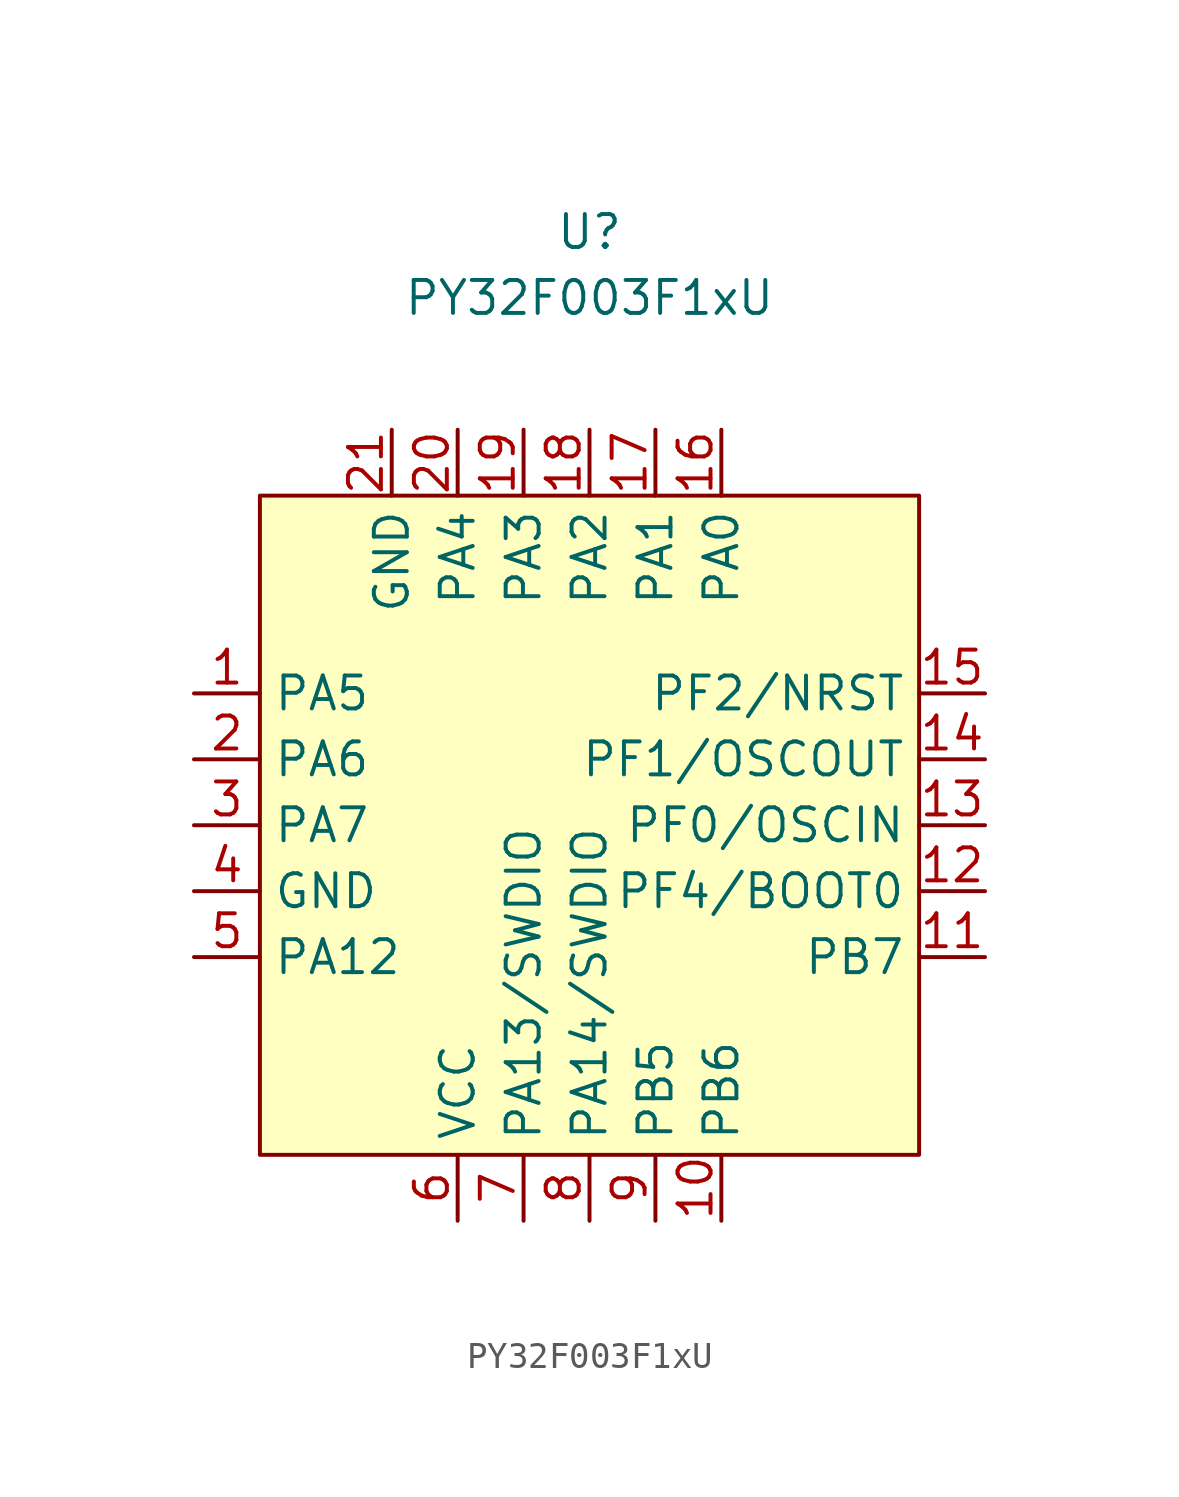
<source format=kicad_sym>
(kicad_symbol_lib
  (version 20220914)
  (generator kicad_symbol_editor)
  (symbol "PY32F003F1xU"
    (property "Reference" "U"
      (at 0 22.86 0)
      (effects (font (size 1.27 1.27))))
    (property "Value" "PY32F003F1xU"
      (at 0 20.32 0)
      (effects (font (size 1.27 1.27))))
    (symbol "PY32F003F1xU_0_1"
      (rectangle (start -12.7 12.7) (end 12.7 -12.7) (stroke (width 0) (type default)) (fill (type background))))
    (symbol "PY32F003F1xU_1_1"
      (pin bidirectional line (at -15.24 5.08 0) (length 2.54) (name "PA5" (effects (font (size 1.27 1.27)))) (number "1" (effects (font (size 1.27 1.27)))))
      (pin bidirectional line (at 5.08 -15.24 90) (length 2.54) (name "PB6" (effects (font (size 1.27 1.27)))) (number "10" (effects (font (size 1.27 1.27)))))
      (pin bidirectional line (at 15.24 -5.08 180) (length 2.54) (name "PB7" (effects (font (size 1.27 1.27)))) (number "11" (effects (font (size 1.27 1.27)))))
      (pin bidirectional line (at 15.24 -2.54 180) (length 2.54) (name "PF4/BOOT0" (effects (font (size 1.27 1.27)))) (number "12" (effects (font (size 1.27 1.27)))))
      (pin bidirectional line (at 15.24 0 180) (length 2.54) (name "PF0/OSCIN" (effects (font (size 1.27 1.27)))) (number "13" (effects (font (size 1.27 1.27)))))
      (pin bidirectional line (at 15.24 2.54 180) (length 2.54) (name "PF1/OSCOUT" (effects (font (size 1.27 1.27)))) (number "14" (effects (font (size 1.27 1.27)))))
      (pin bidirectional line (at 15.24 5.08 180) (length 2.54) (name "PF2/NRST" (effects (font (size 1.27 1.27)))) (number "15" (effects (font (size 1.27 1.27)))))
      (pin bidirectional line (at 5.08 15.24 270) (length 2.54) (name "PA0" (effects (font (size 1.27 1.27)))) (number "16" (effects (font (size 1.27 1.27)))))
      (pin bidirectional line (at 2.54 15.24 270) (length 2.54) (name "PA1" (effects (font (size 1.27 1.27)))) (number "17" (effects (font (size 1.27 1.27)))))
      (pin bidirectional line (at 0 15.24 270) (length 2.54) (name "PA2" (effects (font (size 1.27 1.27)))) (number "18" (effects (font (size 1.27 1.27)))))
      (pin bidirectional line (at -2.54 15.24 270) (length 2.54) (name "PA3" (effects (font (size 1.27 1.27)))) (number "19" (effects (font (size 1.27 1.27)))))
      (pin bidirectional line (at -15.24 2.54 0) (length 2.54) (name "PA6" (effects (font (size 1.27 1.27)))) (number "2" (effects (font (size 1.27 1.27)))))
      (pin bidirectional line (at -5.08 15.24 270) (length 2.54) (name "PA4" (effects (font (size 1.27 1.27)))) (number "20" (effects (font (size 1.27 1.27)))))
      (pin power_in line (at -7.62 15.24 270) (length 2.54) (name "GND" (effects (font (size 1.27 1.27)))) (number "21" (effects (font (size 1.27 1.27)))))
      (pin bidirectional line (at -15.24 0 0) (length 2.54) (name "PA7" (effects (font (size 1.27 1.27)))) (number "3" (effects (font (size 1.27 1.27)))))
      (pin power_in line (at -15.24 -2.54 0) (length 2.54) (name "GND" (effects (font (size 1.27 1.27)))) (number "4" (effects (font (size 1.27 1.27)))))
      (pin bidirectional line (at -15.24 -5.08 0) (length 2.54) (name "PA12" (effects (font (size 1.27 1.27)))) (number "5" (effects (font (size 1.27 1.27)))))
      (pin power_in line (at -5.08 -15.24 90) (length 2.54) (name "VCC" (effects (font (size 1.27 1.27)))) (number "6" (effects (font (size 1.27 1.27)))))
      (pin bidirectional line (at -2.54 -15.24 90) (length 2.54) (name "PA13/SWDIO" (effects (font (size 1.27 1.27)))) (number "7" (effects (font (size 1.27 1.27)))))
      (pin bidirectional line (at 0 -15.24 90) (length 2.54) (name "PA14/SWDIO" (effects (font (size 1.27 1.27)))) (number "8" (effects (font (size 1.27 1.27)))))
      (pin bidirectional line (at 2.54 -15.24 90) (length 2.54) (name "PB5" (effects (font (size 1.27 1.27)))) (number "9" (effects (font (size 1.27 1.27))))))))
</source>
